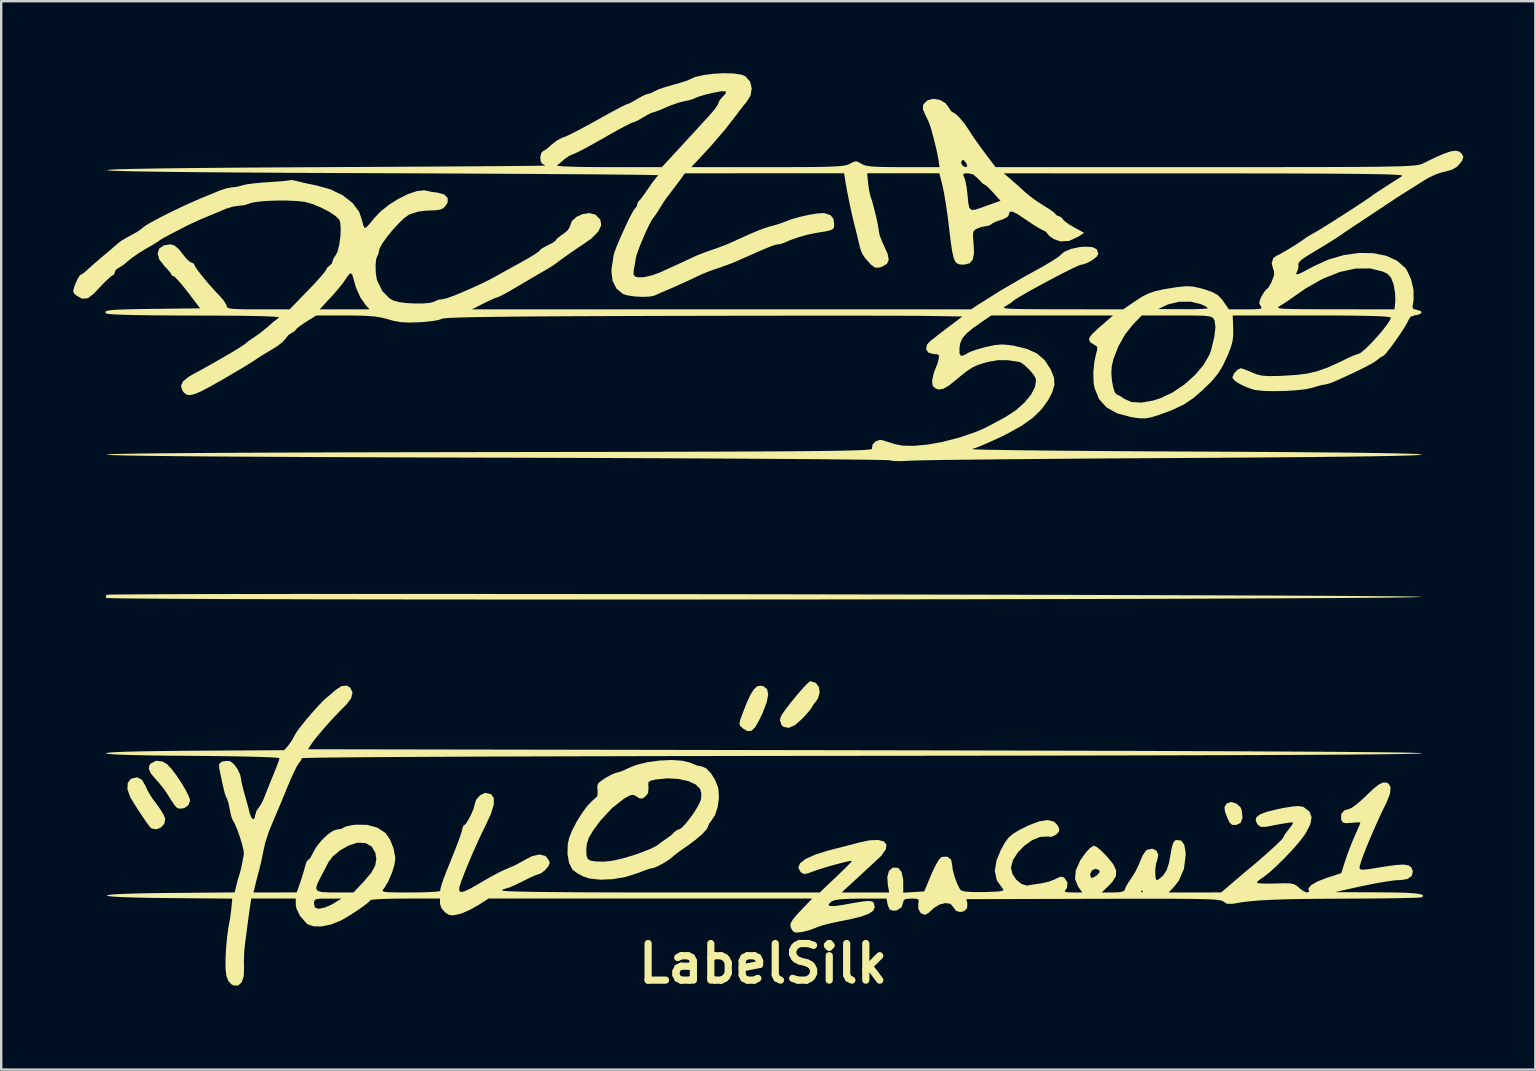
<source format=kicad_pcb>
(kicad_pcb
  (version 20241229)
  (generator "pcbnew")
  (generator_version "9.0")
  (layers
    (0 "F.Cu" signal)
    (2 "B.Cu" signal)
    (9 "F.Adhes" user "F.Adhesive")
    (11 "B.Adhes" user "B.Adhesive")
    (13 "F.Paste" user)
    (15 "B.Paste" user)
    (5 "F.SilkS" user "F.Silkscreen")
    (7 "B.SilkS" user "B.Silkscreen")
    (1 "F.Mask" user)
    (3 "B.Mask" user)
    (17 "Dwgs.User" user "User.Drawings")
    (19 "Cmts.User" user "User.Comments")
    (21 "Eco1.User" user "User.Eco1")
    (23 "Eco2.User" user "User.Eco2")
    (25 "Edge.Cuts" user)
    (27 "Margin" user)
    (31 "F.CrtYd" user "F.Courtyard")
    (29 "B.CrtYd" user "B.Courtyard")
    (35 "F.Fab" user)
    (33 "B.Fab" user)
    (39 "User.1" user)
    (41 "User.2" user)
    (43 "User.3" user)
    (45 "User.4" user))
  (footprint "LabelSilk"
    (layer "F.Cu")
    (at 28.748 37.104)
    (property "Reference" "LabelSilk" (at 0 0 0) (layer "F.SilkS") (effects (font (size 1.524 1.524) (thickness 0.3))))
    (attr board_only exclude_from_pos_files exclude_from_bom)
    (fp_poly (pts (xy 19.719 -6.671) (xy 19.886 -6.525) (xy 19.944 -6.404) (xy 19.981 -6.076) (xy 19.902 -5.864) (xy 19.71 -5.773) (xy 19.548 -5.781) (xy 19.438 -5.878) (xy 19.35 -6.059) (xy 19.248 -6.339) (xy 19.23 -6.518) (xy 19.296 -6.643) (xy 19.336 -6.68) (xy 19.514 -6.732)) (stroke (width 0) (type solid)) (fill yes) (layer "F.SilkS"))
    (fp_poly (pts (xy 0.024 -11.552) (xy 0.171 -11.431) (xy 0.214 -11.213) (xy 0.152 -10.889) (xy -0.016 -10.449) (xy -0.152 -10.16) (xy -0.327 -9.853) (xy -0.485 -9.699) (xy -0.65 -9.686) (xy -0.84 -9.799) (xy -0.951 -9.9) (xy -0.987 -9.999) (xy -0.953 -10.154) (xy -0.889 -10.331) (xy -0.692 -10.839) (xy -0.526 -11.201) (xy -0.38 -11.434) (xy -0.24 -11.555) (xy -0.093 -11.582)) (stroke (width 0) (type solid)) (fill yes) (layer "F.SilkS"))
    (fp_poly (pts (xy -25.032 -8.422) (xy -24.828 -8.302) (xy -24.663 -8.128) (xy -24.465 -7.868) (xy -24.26 -7.564) (xy -24.076 -7.259) (xy -23.94 -6.995) (xy -23.877 -6.815) (xy -23.876 -6.797) (xy -23.948 -6.602) (xy -24.12 -6.476) (xy -24.329 -6.455) (xy -24.434 -6.499) (xy -24.526 -6.604) (xy -24.663 -6.804) (xy -24.751 -6.949) (xy -24.947 -7.246) (xy -25.176 -7.536) (xy -25.259 -7.627) (xy -25.495 -7.899) (xy -25.597 -8.104) (xy -25.573 -8.266) (xy -25.517 -8.337) (xy -25.295 -8.452)) (stroke (width 0) (type solid)) (fill yes) (layer "F.SilkS"))
    (fp_poly (pts (xy 2.194 -11.7) (xy 2.327 -11.526) (xy 2.36 -11.289) (xy 2.281 -11.035) (xy 2.201 -10.922) (xy 2.081 -10.769) (xy 2.031 -10.676) (xy 1.976 -10.593) (xy 1.836 -10.425) (xy 1.652 -10.223) (xy 1.337 -9.943) (xy 1.071 -9.823) (xy 0.854 -9.865) (xy 0.765 -9.944) (xy 0.706 -10.132) (xy 0.725 -10.26) (xy 0.8 -10.397) (xy 0.953 -10.614) (xy 1.157 -10.878) (xy 1.385 -11.157) (xy 1.608 -11.417) (xy 1.801 -11.625) (xy 1.934 -11.749) (xy 1.973 -11.769)) (stroke (width 0) (type solid)) (fill yes) (layer "F.SilkS"))
    (fp_poly (pts (xy -25.882 -7.66) (xy -25.738 -7.407) (xy -25.737 -7.403) (xy -25.632 -7.179) (xy -25.457 -6.896) (xy -25.289 -6.666) (xy -25.104 -6.41) (xy -24.967 -6.181) (xy -24.913 -6.04) (xy -24.95 -5.83) (xy -25.089 -5.672) (xy -25.279 -5.595) (xy -25.469 -5.625) (xy -25.551 -5.694) (xy -25.681 -5.869) (xy -25.864 -6.136) (xy -26.063 -6.438) (xy -26.243 -6.722) (xy -26.369 -6.934) (xy -26.382 -6.96) (xy -26.488 -7.268) (xy -26.475 -7.525) (xy -26.345 -7.697) (xy -26.328 -7.706) (xy -26.084 -7.762)) (stroke (width 0) (type solid)) (fill yes) (layer "F.SilkS"))
    (fp_poly (pts (xy -14.105 -15.404) (xy -12.453 -15.403) (xy -10.748 -15.402) (xy -8.997 -15.401) (xy -7.208 -15.399) (xy -5.389 -15.397) (xy -3.547 -15.395) (xy -1.69 -15.393) (xy 0.173 -15.39) (xy 2.037 -15.387) (xy 3.892 -15.383) (xy 5.731 -15.38) (xy 7.546 -15.376) (xy 9.331 -15.372) (xy 11.076 -15.368) (xy 12.775 -15.364) (xy 14.419 -15.359) (xy 16.002 -15.354) (xy 17.514 -15.349) (xy 18.95 -15.344) (xy 20.3 -15.339) (xy 21.558 -15.334) (xy 22.715 -15.328) (xy 23.763 -15.323) (xy 24.697 -15.317) (xy 25.506 -15.311) (xy 26.184 -15.306) (xy 26.724 -15.3) (xy 27.117 -15.294) (xy 27.355 -15.288) (xy 27.432 -15.282) (xy 27.349 -15.274) (xy 27.104 -15.267) (xy 26.705 -15.259) (xy 26.159 -15.252) (xy 25.475 -15.245) (xy 24.661 -15.239) (xy 23.723 -15.232) (xy 22.669 -15.226) (xy 21.508 -15.22) (xy 20.246 -15.215) (xy 18.892 -15.209) (xy 17.453 -15.204) (xy 15.937 -15.2) (xy 14.352 -15.195) (xy 12.704 -15.191) (xy 11.003 -15.188) (xy 9.255 -15.184) (xy 7.469 -15.181) (xy 5.652 -15.179) (xy 3.811 -15.176) (xy 1.954 -15.174) (xy 0.09 -15.173) (xy -1.775 -15.172) (xy -3.632 -15.171) (xy -5.474 -15.17) (xy -7.293 -15.17) (xy -9.082 -15.17) (xy -10.833 -15.171) (xy -12.538 -15.172) (xy -14.19 -15.174) (xy -15.78 -15.175) (xy -17.301 -15.178) (xy -18.746 -15.18) (xy -20.107 -15.184) (xy -21.376 -15.187) (xy -22.545 -15.191) (xy -23.607 -15.196) (xy -24.553 -15.201) (xy -25.378 -15.206) (xy -26.071 -15.212) (xy -26.627 -15.218) (xy -27.037 -15.225) (xy -27.294 -15.232) (xy -27.39 -15.24) (xy -27.39 -15.24) (xy -27.376 -15.34) (xy -27.332 -15.368) (xy -27.233 -15.374) (xy -26.974 -15.379) (xy -26.561 -15.383) (xy -26.003 -15.387) (xy -25.306 -15.391) (xy -24.48 -15.394) (xy -23.531 -15.397) (xy -22.468 -15.399) (xy -21.297 -15.401) (xy -20.027 -15.402) (xy -18.665 -15.403) (xy -17.219 -15.404) (xy -15.696 -15.404)) (stroke (width 0) (type solid)) (fill yes) (layer "F.SilkS"))
    (fp_poly (pts (xy -3.374 -8.454) (xy -3.035 -8.373) (xy -2.976 -8.346) (xy -2.747 -8.253) (xy -2.552 -8.213) (xy -2.549 -8.213) (xy -2.371 -8.138) (xy -2.181 -7.944) (xy -2.008 -7.674) (xy -1.885 -7.371) (xy -1.859 -7.259) (xy -1.839 -6.902) (xy -1.891 -6.524) (xy -2.001 -6.189) (xy -2.138 -5.978) (xy -2.253 -5.824) (xy -2.286 -5.726) (xy -2.354 -5.591) (xy -2.542 -5.391) (xy -2.823 -5.15) (xy -3.174 -4.89) (xy -3.26 -4.831) (xy -3.501 -4.662) (xy -3.69 -4.519) (xy -3.768 -4.45) (xy -3.909 -4.334) (xy -4.128 -4.196) (xy -4.361 -4.07) (xy -4.548 -3.99) (xy -4.605 -3.979) (xy -4.734 -3.949) (xy -4.967 -3.87) (xy -5.245 -3.763) (xy -5.741 -3.607) (xy -6.272 -3.517) (xy -6.787 -3.496) (xy -7.238 -3.546) (xy -7.494 -3.629) (xy -7.732 -3.758) (xy -7.915 -3.891) (xy -7.949 -3.926) (xy -8.084 -4.195) (xy -8.15 -4.561) (xy -8.145 -4.728) (xy -7.366 -4.728) (xy -7.356 -4.499) (xy -7.305 -4.359) (xy -7.178 -4.285) (xy -6.942 -4.255) (xy -6.646 -4.247) (xy -6.302 -4.281) (xy -5.847 -4.381) (xy -5.396 -4.516) (xy -5.03 -4.646) (xy -4.711 -4.774) (xy -4.484 -4.881) (xy -4.407 -4.93) (xy -4.215 -5.078) (xy -4.006 -5.221) (xy -3.82 -5.358) (xy -3.701 -5.478) (xy -3.7 -5.48) (xy -3.565 -5.579) (xy -3.509 -5.588) (xy -3.394 -5.655) (xy -3.225 -5.831) (xy -3.032 -6.074) (xy -2.842 -6.347) (xy -2.686 -6.609) (xy -2.592 -6.82) (xy -2.583 -6.853) (xy -2.574 -7.094) (xy -2.622 -7.277) (xy -2.81 -7.465) (xy -3.126 -7.607) (xy -3.53 -7.695) (xy -3.987 -7.719) (xy -4.457 -7.673) (xy -4.463 -7.672) (xy -4.684 -7.622) (xy -4.778 -7.555) (xy -4.784 -7.434) (xy -4.772 -7.373) (xy -4.789 -7.114) (xy -4.867 -6.999) (xy -5.017 -6.879) (xy -5.151 -6.886) (xy -5.29 -6.974) (xy -5.405 -7.032) (xy -5.532 -7.016) (xy -5.725 -6.913) (xy -5.804 -6.864) (xy -6.289 -6.483) (xy -6.767 -5.969) (xy -7.08 -5.547) (xy -7.262 -5.239) (xy -7.348 -4.971) (xy -7.366 -4.728) (xy -8.145 -4.728) (xy -8.139 -4.961) (xy -8.085 -5.224) (xy -7.959 -5.545) (xy -7.768 -5.91) (xy -7.543 -6.27) (xy -7.313 -6.581) (xy -7.109 -6.793) (xy -7.064 -6.827) (xy -6.91 -6.972) (xy -6.889 -7.151) (xy -6.896 -7.188) (xy -6.909 -7.385) (xy -6.879 -7.497) (xy -6.751 -7.613) (xy -6.54 -7.753) (xy -6.311 -7.878) (xy -6.128 -7.952) (xy -6.085 -7.959) (xy -5.941 -7.997) (xy -5.722 -8.092) (xy -5.632 -8.138) (xy -5.263 -8.285) (xy -4.806 -8.394) (xy -4.306 -8.462) (xy -3.813 -8.483)) (stroke (width 0) (type solid)) (fill yes) (layer "F.SilkS"))
    (fp_poly (pts (xy -17.204 -11.498) (xy -17.107 -11.296) (xy -17.167 -11.051) (xy -17.38 -10.775) (xy -17.42 -10.736) (xy -17.679 -10.478) (xy -17.978 -10.16) (xy -18.281 -9.82) (xy -18.552 -9.502) (xy -18.754 -9.245) (xy -18.809 -9.166) (xy -18.963 -8.932) (xy 4.256 -8.89) (xy 6.948 -8.885) (xy 9.475 -8.879) (xy 11.838 -8.873) (xy 14.036 -8.867) (xy 16.069 -8.861) (xy 17.937 -8.854) (xy 19.639 -8.847) (xy 21.174 -8.839) (xy 22.544 -8.832) (xy 23.746 -8.824) (xy 24.781 -8.815) (xy 25.649 -8.807) (xy 26.349 -8.798) (xy 26.881 -8.789) (xy 27.244 -8.779) (xy 27.439 -8.77) (xy 27.474 -8.763) (xy 27.39 -8.753) (xy 27.136 -8.744) (xy 26.714 -8.735) (xy 26.123 -8.726) (xy 25.363 -8.718) (xy 24.436 -8.71) (xy 23.341 -8.703) (xy 22.079 -8.696) (xy 20.65 -8.69) (xy 19.053 -8.684) (xy 17.29 -8.679) (xy 15.361 -8.674) (xy 13.266 -8.67) (xy 11.005 -8.665) (xy 8.579 -8.662) (xy 5.987 -8.659) (xy 4.128 -8.657) (xy 1.791 -8.655) (xy -0.444 -8.652) (xy -2.575 -8.648) (xy -4.597 -8.645) (xy -6.506 -8.64) (xy -8.299 -8.636) (xy -9.971 -8.631) (xy -11.517 -8.626) (xy -12.935 -8.62) (xy -14.219 -8.614) (xy -15.367 -8.608) (xy -16.373 -8.601) (xy -17.234 -8.594) (xy -17.946 -8.587) (xy -18.504 -8.58) (xy -18.905 -8.572) (xy -19.145 -8.565) (xy -19.219 -8.557) (xy -19.273 -8.439) (xy -19.343 -8.355) (xy -19.423 -8.23) (xy -19.546 -7.984) (xy -19.696 -7.654) (xy -19.84 -7.312) (xy -20.007 -6.903) (xy -20.17 -6.511) (xy -20.307 -6.187) (xy -20.383 -6.011) (xy -20.601 -5.484) (xy -20.746 -5.032) (xy -20.829 -4.652) (xy -20.899 -4.308) (xy -20.984 -3.952) (xy -21.001 -3.89) (xy -21.082 -3.588) (xy -21.154 -3.301) (xy -21.169 -3.239) (xy -21.234 -2.963) (xy -20.332 -2.964) (xy -19.431 -2.966) (xy -19.369 -3.144) (xy -18.625 -3.144) (xy -18.574 -3.035) (xy -18.399 -2.982) (xy -18.083 -2.965) (xy -17.847 -2.963) (xy -17.067 -2.963) (xy -16.626 -3.43) (xy -16.33 -3.779) (xy -16.165 -4.076) (xy -16.116 -4.358) (xy -16.156 -4.614) (xy -16.306 -4.874) (xy -16.563 -5.021) (xy -16.896 -5.038) (xy -16.916 -5.035) (xy -17.263 -4.922) (xy -17.617 -4.723) (xy -17.918 -4.478) (xy -18.098 -4.246) (xy -18.235 -3.984) (xy -18.392 -3.685) (xy -18.431 -3.611) (xy -18.572 -3.329) (xy -18.625 -3.144) (xy -19.369 -3.144) (xy -19.277 -3.409) (xy -19.181 -3.706) (xy -19.103 -3.975) (xy -19.077 -4.085) (xy -19.02 -4.254) (xy -18.957 -4.318) (xy -18.878 -4.388) (xy -18.782 -4.56) (xy -18.768 -4.594) (xy -18.614 -4.865) (xy -18.394 -5.139) (xy -18.147 -5.375) (xy -17.912 -5.538) (xy -17.749 -5.588) (xy -17.571 -5.614) (xy -17.491 -5.661) (xy -17.388 -5.711) (xy -17.172 -5.76) (xy -16.999 -5.786) (xy -16.506 -5.783) (xy -16.069 -5.664) (xy -15.731 -5.44) (xy -15.729 -5.437) (xy -15.545 -5.171) (xy -15.402 -4.812) (xy -15.33 -4.439) (xy -15.326 -4.35) (xy -15.367 -4.089) (xy -15.474 -3.756) (xy -15.62 -3.423) (xy -15.775 -3.16) (xy -15.814 -3.111) (xy -15.855 -3.054) (xy -15.846 -3.014) (xy -15.764 -2.988) (xy -15.587 -2.972) (xy -15.292 -2.965) (xy -14.857 -2.963) (xy -14.703 -2.963) (xy -14.266 -2.967) (xy -13.895 -2.979) (xy -13.621 -2.996) (xy -13.473 -3.017) (xy -13.456 -3.027) (xy -13.437 -3.145) (xy -13.396 -3.296) (xy -13.323 -3.507) (xy -13.208 -3.807) (xy -13.04 -4.224) (xy -12.965 -4.411) (xy -12.805 -4.814) (xy -12.671 -5.169) (xy -12.577 -5.442) (xy -12.532 -5.601) (xy -12.531 -5.617) (xy -12.496 -5.738) (xy -12.461 -5.757) (xy -12.385 -5.827) (xy -12.276 -6.001) (xy -12.161 -6.224) (xy -12.067 -6.443) (xy -12.023 -6.602) (xy -12.023 -6.616) (xy -11.956 -6.828) (xy -11.794 -7.013) (xy -11.598 -7.109) (xy -11.563 -7.112) (xy -11.332 -7.059) (xy -11.219 -6.897) (xy -11.222 -6.623) (xy -11.342 -6.234) (xy -11.563 -5.757) (xy -11.733 -5.412) (xy -11.921 -5.003) (xy -12.115 -4.565) (xy -12.299 -4.132) (xy -12.459 -3.737) (xy -12.581 -3.415) (xy -12.651 -3.2) (xy -12.66 -3.154) (xy -12.657 -3.03) (xy -12.594 -2.979) (xy -12.453 -3.007) (xy -12.214 -3.118) (xy -11.86 -3.318) (xy -11.708 -3.409) (xy -11.352 -3.614) (xy -11.01 -3.796) (xy -10.732 -3.929) (xy -10.626 -3.972) (xy -10.319 -4.103) (xy -10.019 -4.268) (xy -9.989 -4.287) (xy -9.626 -4.478) (xy -9.315 -4.546) (xy -9.08 -4.487) (xy -9.031 -4.447) (xy -8.919 -4.288) (xy -8.89 -4.188) (xy -8.953 -4.044) (xy -9.099 -3.879) (xy -9.264 -3.754) (xy -9.354 -3.725) (xy -9.47 -3.688) (xy -9.69 -3.591) (xy -9.971 -3.452) (xy -10.015 -3.429) (xy -10.306 -3.286) (xy -10.548 -3.18) (xy -10.695 -3.133) (xy -10.706 -3.133) (xy -10.85 -3.081) (xy -10.88 -3.048) (xy -10.807 -3.03) (xy -10.565 -3.014) (xy -10.155 -3.001) (xy -9.577 -2.989) (xy -8.833 -2.98) (xy -7.921 -2.973) (xy -6.844 -2.967) (xy -5.601 -2.964) (xy -4.285 -2.963) (xy 2.363 -2.963) (xy 3.045 -3.611) (xy 3.316 -3.872) (xy 3.532 -4.087) (xy 3.669 -4.231) (xy 3.705 -4.28) (xy 3.614 -4.274) (xy 3.402 -4.228) (xy 3.112 -4.154) (xy 2.785 -4.064) (xy 2.463 -3.967) (xy 2.188 -3.877) (xy 2.096 -3.843) (xy 1.851 -3.756) (xy 1.708 -3.735) (xy 1.61 -3.777) (xy 1.558 -3.824) (xy 1.468 -4.001) (xy 1.543 -4.181) (xy 1.778 -4.361) (xy 2.17 -4.538) (xy 2.713 -4.71) (xy 2.963 -4.775) (xy 3.344 -4.87) (xy 3.744 -4.975) (xy 3.979 -5.039) (xy 4.442 -5.137) (xy 4.798 -5.151) (xy 5.036 -5.087) (xy 5.145 -4.953) (xy 5.116 -4.757) (xy 4.937 -4.507) (xy 4.848 -4.417) (xy 4.635 -4.219) (xy 4.347 -3.951) (xy 4.032 -3.66) (xy 3.896 -3.535) (xy 3.274 -2.963) (xy 5.257 -2.963) (xy 5.202 -3.259) (xy 5.178 -3.61) (xy 5.248 -3.866) (xy 5.405 -4) (xy 5.419 -4.004) (xy 5.628 -3.99) (xy 5.769 -3.826) (xy 5.837 -3.521) (xy 5.842 -3.376) (xy 5.842 -2.954) (xy 6.279 -2.98) (xy 6.716 -3.006) (xy 7.005 -3.701) (xy 7.168 -4.055) (xy 7.315 -4.31) (xy 7.43 -4.437) (xy 7.445 -4.443) (xy 7.682 -4.455) (xy 7.834 -4.333) (xy 7.874 -4.155) (xy 7.905 -3.909) (xy 7.984 -3.612) (xy 8.09 -3.325) (xy 8.2 -3.111) (xy 8.252 -3.05) (xy 8.397 -3.006) (xy 8.689 -2.982) (xy 9.105 -2.979) (xy 9.235 -2.981) (xy 9.624 -2.995) (xy 9.867 -3.012) (xy 9.991 -3.037) (xy 10.019 -3.077) (xy 9.977 -3.134) (xy 9.741 -3.47) (xy 9.658 -3.856) (xy 9.729 -4.301) (xy 9.902 -4.718) (xy 10.062 -5.013) (xy 10.212 -5.226) (xy 10.395 -5.393) (xy 10.65 -5.551) (xy 11.018 -5.736) (xy 11.038 -5.746) (xy 11.499 -5.926) (xy 11.867 -5.981) (xy 12.136 -5.91) (xy 12.276 -5.759) (xy 12.349 -5.597) (xy 12.326 -5.491) (xy 12.224 -5.378) (xy 12.019 -5.28) (xy 11.849 -5.293) (xy 11.55 -5.28) (xy 11.219 -5.144) (xy 10.895 -4.917) (xy 10.615 -4.63) (xy 10.415 -4.315) (xy 10.332 -4.004) (xy 10.332 -3.987) (xy 10.393 -3.734) (xy 10.551 -3.496) (xy 10.764 -3.321) (xy 10.986 -3.251) (xy 11.041 -3.256) (xy 11.236 -3.29) (xy 11.505 -3.33) (xy 11.592 -3.342) (xy 11.885 -3.407) (xy 12.149 -3.505) (xy 12.2 -3.532) (xy 12.384 -3.618) (xy 12.509 -3.602) (xy 12.567 -3.561) (xy 12.687 -3.37) (xy 12.664 -3.157) (xy 12.598 -3.065) (xy 12.572 -3.003) (xy 12.669 -2.972) (xy 12.9 -2.963) (xy 13.304 -2.963) (xy 13.129 -3.209) (xy 13.001 -3.524) (xy 13.018 -3.716) (xy 13.631 -3.716) (xy 13.66 -3.583) (xy 13.761 -3.582) (xy 13.923 -3.686) (xy 14.03 -3.814) (xy 14.001 -3.898) (xy 13.855 -3.949) (xy 13.708 -3.883) (xy 13.632 -3.735) (xy 13.631 -3.716) (xy 13.018 -3.716) (xy 13.032 -3.889) (xy 13.222 -4.306) (xy 13.455 -4.635) (xy 13.62 -4.809) (xy 13.766 -4.904) (xy 13.798 -4.911) (xy 13.913 -4.852) (xy 14.099 -4.697) (xy 14.316 -4.479) (xy 14.327 -4.468) (xy 14.591 -4.144) (xy 14.716 -3.881) (xy 14.705 -3.647) (xy 14.56 -3.409) (xy 14.423 -3.264) (xy 14.113 -2.963) (xy 14.592 -2.963) (xy 14.891 -2.977) (xy 14.985 -3.006) (xy 15.748 -3.006) (xy 15.79 -2.963) (xy 15.833 -3.006) (xy 15.79 -3.048) (xy 15.748 -3.006) (xy 14.985 -3.006) (xy 15.042 -3.023) (xy 15.071 -3.075) (xy 15.119 -3.204) (xy 15.241 -3.406) (xy 15.322 -3.52) (xy 15.51 -3.818) (xy 15.674 -4.157) (xy 15.71 -4.255) (xy 15.82 -4.507) (xy 15.945 -4.693) (xy 16.003 -4.742) (xy 16.223 -4.788) (xy 16.392 -4.705) (xy 16.472 -4.533) (xy 16.425 -4.317) (xy 16.374 -4.15) (xy 16.347 -3.924) (xy 16.345 -3.696) (xy 16.369 -3.526) (xy 16.411 -3.471) (xy 16.51 -3.527) (xy 16.662 -3.665) (xy 16.681 -3.685) (xy 16.817 -3.891) (xy 16.916 -4.197) (xy 16.974 -4.51) (xy 17.034 -4.846) (xy 17.098 -5.045) (xy 17.176 -5.136) (xy 17.215 -5.15) (xy 17.42 -5.128) (xy 17.55 -4.963) (xy 17.607 -4.651) (xy 17.611 -4.517) (xy 17.539 -3.947) (xy 17.328 -3.457) (xy 17.125 -3.196) (xy 16.902 -2.963) (xy 17.997 -2.964) (xy 19.092 -2.965) (xy 19.561 -3.366) (xy 19.81 -3.579) (xy 20.021 -3.759) (xy 20.15 -3.867) (xy 20.153 -3.869) (xy 20.485 -4.146) (xy 20.819 -4.434) (xy 21.129 -4.709) (xy 21.391 -4.95) (xy 21.58 -5.133) (xy 21.67 -5.237) (xy 21.675 -5.248) (xy 21.725 -5.354) (xy 21.85 -5.528) (xy 21.897 -5.585) (xy 22.028 -5.756) (xy 22.089 -5.864) (xy 22.087 -5.879) (xy 21.983 -5.881) (xy 21.72 -5.843) (xy 21.306 -5.768) (xy 20.962 -5.7) (xy 20.739 -5.697) (xy 20.608 -5.796) (xy 20.528 -5.961) (xy 20.559 -6.1) (xy 20.716 -6.22) (xy 21.01 -6.33) (xy 21.456 -6.438) (xy 21.695 -6.486) (xy 22.062 -6.547) (xy 22.308 -6.564) (xy 22.475 -6.539) (xy 22.542 -6.51) (xy 22.772 -6.329) (xy 22.859 -6.096) (xy 22.803 -5.798) (xy 22.606 -5.422) (xy 22.558 -5.349) (xy 22.348 -5.073) (xy 22.061 -4.743) (xy 21.731 -4.394) (xy 21.394 -4.063) (xy 21.086 -3.785) (xy 20.843 -3.597) (xy 20.807 -3.574) (xy 20.646 -3.46) (xy 20.574 -3.375) (xy 20.574 -3.372) (xy 20.652 -3.348) (xy 20.862 -3.334) (xy 21.167 -3.333) (xy 21.351 -3.337) (xy 21.723 -3.347) (xy 21.967 -3.34) (xy 22.126 -3.308) (xy 22.239 -3.245) (xy 22.328 -3.164) (xy 22.506 -3.025) (xy 22.661 -2.963) (xy 22.666 -2.963) (xy 22.757 -2.989) (xy 22.75 -3.017) (xy 22.726 -3.136) (xy 22.851 -3.276) (xy 23.108 -3.425) (xy 23.475 -3.566) (xy 24.096 -3.768) (xy 24.256 -4.276) (xy 24.383 -4.643) (xy 24.543 -5.053) (xy 24.654 -5.311) (xy 24.773 -5.58) (xy 24.859 -5.781) (xy 24.892 -5.872) (xy 24.892 -5.872) (xy 24.817 -5.884) (xy 24.627 -5.875) (xy 24.52 -5.864) (xy 24.283 -5.848) (xy 24.159 -5.883) (xy 24.096 -5.984) (xy 24.09 -6.005) (xy 24.092 -6.228) (xy 24.225 -6.387) (xy 24.402 -6.435) (xy 24.534 -6.492) (xy 24.746 -6.646) (xy 25 -6.869) (xy 25.115 -6.98) (xy 25.433 -7.284) (xy 25.671 -7.469) (xy 25.851 -7.549) (xy 25.997 -7.537) (xy 26.056 -7.507) (xy 26.151 -7.352) (xy 26.128 -7.088) (xy 25.989 -6.725) (xy 25.946 -6.64) (xy 25.785 -6.311) (xy 25.598 -5.905) (xy 25.402 -5.462) (xy 25.217 -5.024) (xy 25.058 -4.631) (xy 24.945 -4.327) (xy 24.907 -4.207) (xy 24.867 -4.065) (xy 24.855 -3.972) (xy 24.897 -3.922) (xy 25.016 -3.911) (xy 25.237 -3.935) (xy 25.586 -3.99) (xy 25.882 -4.038) (xy 26.347 -4.105) (xy 26.673 -4.126) (xy 26.886 -4.097) (xy 27.009 -4.014) (xy 27.069 -3.873) (xy 27.077 -3.828) (xy 27.03 -3.65) (xy 26.855 -3.525) (xy 26.593 -3.481) (xy 26.571 -3.481) (xy 26.333 -3.469) (xy 25.962 -3.418) (xy 25.486 -3.335) (xy 24.935 -3.224) (xy 24.553 -3.14) (xy 23.834 -2.976) (xy 25.628 -2.97) (xy 26.3 -2.963) (xy 26.814 -2.949) (xy 27.179 -2.925) (xy 27.404 -2.89) (xy 27.502 -2.844) (xy 27.481 -2.785) (xy 27.447 -2.761) (xy 27.348 -2.75) (xy 27.1 -2.74) (xy 26.72 -2.731) (xy 26.228 -2.722) (xy 25.644 -2.715) (xy 24.985 -2.709) (xy 24.272 -2.706) (xy 24.207 -2.705) (xy 23.239 -2.7) (xy 22.421 -2.691) (xy 21.736 -2.677) (xy 21.165 -2.657) (xy 20.69 -2.631) (xy 20.292 -2.598) (xy 19.952 -2.556) (xy 19.652 -2.505) (xy 19.593 -2.493) (xy 19.339 -2.49) (xy 19.195 -2.577) (xy 19.154 -2.605) (xy 19.085 -2.629) (xy 18.975 -2.649) (xy 18.811 -2.665) (xy 18.581 -2.678) (xy 18.272 -2.688) (xy 17.872 -2.695) (xy 17.369 -2.7) (xy 16.75 -2.703) (xy 16.002 -2.703) (xy 15.113 -2.702) (xy 14.07 -2.7) (xy 13.764 -2.699) (xy 8.47 -2.684) (xy 8.516 -2.5) (xy 8.502 -2.307) (xy 8.383 -2.185) (xy 8.211 -2.145) (xy 8.039 -2.2) (xy 7.92 -2.361) (xy 7.917 -2.37) (xy 7.802 -2.492) (xy 7.6 -2.521) (xy 7.359 -2.463) (xy 7.129 -2.323) (xy 7.065 -2.262) (xy 6.895 -2.11) (xy 6.755 -2.034) (xy 6.738 -2.032) (xy 6.568 -2.105) (xy 6.469 -2.285) (xy 6.469 -2.497) (xy 6.49 -2.632) (xy 6.434 -2.693) (xy 6.26 -2.709) (xy 6.182 -2.709) (xy 5.957 -2.693) (xy 5.858 -2.634) (xy 5.842 -2.557) (xy 5.769 -2.341) (xy 5.574 -2.218) (xy 5.442 -2.201) (xy 5.287 -2.245) (xy 5.206 -2.405) (xy 5.194 -2.455) (xy 5.144 -2.709) (xy 4.075 -2.707) (xy 3.581 -2.7) (xy 3.23 -2.68) (xy 2.999 -2.645) (xy 2.86 -2.593) (xy 2.843 -2.581) (xy 2.727 -2.461) (xy 2.771 -2.4) (xy 2.975 -2.395) (xy 3.337 -2.447) (xy 3.364 -2.452) (xy 3.836 -2.538) (xy 4.169 -2.59) (xy 4.388 -2.609) (xy 4.521 -2.597) (xy 4.593 -2.555) (xy 4.627 -2.495) (xy 4.652 -2.333) (xy 4.582 -2.195) (xy 4.401 -2.074) (xy 4.095 -1.961) (xy 3.648 -1.85) (xy 3.156 -1.752) (xy 2.796 -1.676) (xy 2.47 -1.59) (xy 2.238 -1.511) (xy 2.207 -1.497) (xy 1.946 -1.396) (xy 1.648 -1.319) (xy 1.618 -1.314) (xy 1.39 -1.29) (xy 1.263 -1.332) (xy 1.188 -1.434) (xy 1.14 -1.558) (xy 1.15 -1.68) (xy 1.237 -1.832) (xy 1.415 -2.044) (xy 1.64 -2.283) (xy 2.048 -2.709) (xy -11.438 -2.709) (xy -11.879 -2.428) (xy -12.186 -2.256) (xy -12.505 -2.113) (xy -12.679 -2.056) (xy -12.925 -2.008) (xy -13.089 -2.03) (xy -13.248 -2.13) (xy -13.25 -2.132) (xy -13.41 -2.324) (xy -13.462 -2.504) (xy -13.462 -2.709) (xy -14.894 -2.709) (xy -15.368 -2.706) (xy -15.779 -2.696) (xy -16.099 -2.68) (xy -16.299 -2.661) (xy -16.355 -2.645) (xy -16.445 -2.552) (xy -16.642 -2.4) (xy -16.905 -2.216) (xy -17.196 -2.026) (xy -17.476 -1.859) (xy -17.607 -1.788) (xy -17.998 -1.63) (xy -18.386 -1.55) (xy -18.727 -1.551) (xy -18.978 -1.636) (xy -19.012 -1.663) (xy -19.298 -1.987) (xy -19.452 -2.314) (xy -19.473 -2.474) (xy -19.473 -2.498) (xy -18.711 -2.498) (xy -18.681 -2.342) (xy -18.556 -2.291) (xy -18.479 -2.289) (xy -18.263 -2.335) (xy -18 -2.447) (xy -17.907 -2.5) (xy -17.568 -2.708) (xy -18.14 -2.709) (xy -18.443 -2.706) (xy -18.614 -2.686) (xy -18.69 -2.637) (xy -18.711 -2.544) (xy -18.711 -2.498) (xy -19.473 -2.498) (xy -19.473 -2.709) (xy -21.328 -2.709) (xy -21.37 -2.434) (xy -21.408 -2.17) (xy -21.451 -1.855) (xy -21.461 -1.778) (xy -21.501 -1.48) (xy -21.55 -1.11) (xy -21.586 -0.847) (xy -21.622 -0.465) (xy -21.635 -0.066) (xy -21.628 0.164) (xy -21.64 0.522) (xy -21.726 0.779) (xy -21.871 0.916) (xy -22.062 0.912) (xy -22.149 0.867) (xy -22.283 0.728) (xy -22.365 0.51) (xy -22.401 0.185) (xy -22.398 -0.276) (xy -22.394 -0.35) (xy -22.368 -0.753) (xy -22.331 -1.14) (xy -22.289 -1.446) (xy -22.275 -1.524) (xy -22.213 -1.864) (xy -22.164 -2.229) (xy -22.156 -2.306) (xy -22.119 -2.707) (xy -24.733 -2.729) (xy -25.534 -2.739) (xy -26.198 -2.753) (xy -26.717 -2.77) (xy -27.085 -2.791) (xy -27.296 -2.815) (xy -27.347 -2.836) (xy -27.264 -2.863) (xy -27.017 -2.886) (xy -26.615 -2.906) (xy -26.062 -2.923) (xy -25.366 -2.936) (xy -24.682 -2.943) (xy -22.016 -2.966) (xy -21.965 -3.197) (xy -21.898 -3.461) (xy -21.842 -3.641) (xy -21.799 -3.779) (xy -21.758 -3.941) (xy -21.709 -4.173) (xy -21.641 -4.522) (xy -21.635 -4.553) (xy -21.649 -4.714) (xy -21.711 -4.978) (xy -21.806 -5.29) (xy -21.916 -5.598) (xy -22.024 -5.848) (xy -22.096 -5.969) (xy -22.15 -6.099) (xy -22.206 -6.328) (xy -22.225 -6.435) (xy -22.276 -6.684) (xy -22.333 -6.863) (xy -22.354 -6.9) (xy -22.392 -6.974) (xy -22.438 -7.118) (xy -22.497 -7.359) (xy -22.575 -7.72) (xy -22.662 -8.141) (xy -22.666 -8.321) (xy -22.56 -8.411) (xy -22.53 -8.422) (xy -22.316 -8.447) (xy -22.204 -8.43) (xy -22.057 -8.319) (xy -21.906 -8.114) (xy -21.793 -7.883) (xy -21.759 -7.728) (xy -21.737 -7.583) (xy -21.678 -7.331) (xy -21.599 -7.036) (xy -21.508 -6.713) (xy -21.43 -6.422) (xy -21.385 -6.244) (xy -21.315 -6.07) (xy -21.232 -6.015) (xy -21.174 -6.093) (xy -21.167 -6.175) (xy -21.109 -6.368) (xy -21.037 -6.467) (xy -20.923 -6.63) (xy -20.808 -6.867) (xy -20.789 -6.918) (xy -20.696 -7.156) (xy -20.565 -7.483) (xy -20.422 -7.832) (xy -20.41 -7.862) (xy -20.288 -8.163) (xy -20.197 -8.405) (xy -20.153 -8.546) (xy -20.151 -8.559) (xy -20.233 -8.576) (xy -20.468 -8.592) (xy -20.839 -8.608) (xy -21.331 -8.622) (xy -21.927 -8.635) (xy -22.61 -8.645) (xy -23.364 -8.653) (xy -23.77 -8.656) (xy -24.743 -8.664) (xy -25.571 -8.675) (xy -26.249 -8.689) (xy -26.774 -8.705) (xy -27.14 -8.724) (xy -27.345 -8.746) (xy -27.39 -8.763) (xy -27.306 -8.786) (xy -27.056 -8.807) (xy -26.646 -8.825) (xy -26.078 -8.841) (xy -25.358 -8.853) (xy -24.488 -8.864) (xy -23.673 -8.87) (xy -19.957 -8.892) (xy -19.789 -9.081) (xy -19.631 -9.303) (xy -19.511 -9.53) (xy -19.415 -9.684) (xy -19.233 -9.924) (xy -18.998 -10.212) (xy -18.741 -10.512) (xy -18.492 -10.786) (xy -18.285 -10.998) (xy -18.16 -11.106) (xy -18.044 -11.198) (xy -17.871 -11.351) (xy -17.838 -11.381) (xy -17.572 -11.562) (xy -17.343 -11.583)) (stroke (width 0) (type solid)) (fill yes) (layer "F.SilkS"))
    (fp_poly (pts (xy -1.227 -37.092) (xy -0.903 -37.042) (xy -0.736 -36.976) (xy -0.543 -36.758) (xy -0.471 -36.471) (xy -0.523 -36.165) (xy -0.699 -35.889) (xy -0.704 -35.884) (xy -0.816 -35.753) (xy -0.98 -35.541) (xy -1.082 -35.403) (xy -1.572 -34.769) (xy -2.164 -34.081) (xy -2.49 -33.726) (xy -2.99 -33.189) (xy 0.191 -33.189) (xy 1.02 -33.19) (xy 1.697 -33.192) (xy 2.238 -33.197) (xy 2.661 -33.205) (xy 2.982 -33.218) (xy 3.22 -33.234) (xy 3.39 -33.256) (xy 3.511 -33.284) (xy 3.598 -33.319) (xy 3.623 -33.333) (xy 3.806 -33.424) (xy 3.935 -33.422) (xy 4.093 -33.333) (xy 4.196 -33.28) (xy 4.339 -33.242) (xy 4.548 -33.216) (xy 4.847 -33.2) (xy 5.263 -33.192) (xy 5.823 -33.189) (xy 5.834 -33.189) (xy 7.355 -33.189) (xy 7.326 -33.382) (xy 8.252 -33.382) (xy 8.306 -33.258) (xy 8.424 -33.19) (xy 8.436 -33.189) (xy 8.513 -33.22) (xy 8.476 -33.34) (xy 8.465 -33.361) (xy 8.366 -33.476) (xy 8.297 -33.485) (xy 8.252 -33.382) (xy 7.326 -33.382) (xy 7.308 -33.507) (xy 7.235 -33.883) (xy 7.111 -34.388) (xy 6.974 -34.883) (xy 6.89 -35.104) (xy 6.768 -35.355) (xy 6.758 -35.374) (xy 6.66 -35.603) (xy 6.67 -35.773) (xy 6.69 -35.817) (xy 6.861 -35.98) (xy 7.105 -36.035) (xy 7.37 -35.991) (xy 7.605 -35.855) (xy 7.746 -35.665) (xy 7.837 -35.52) (xy 7.906 -35.475) (xy 8.023 -35.41) (xy 8.195 -35.242) (xy 8.388 -35.01) (xy 8.564 -34.754) (xy 8.589 -34.713) (xy 8.721 -34.507) (xy 8.921 -34.22) (xy 9.151 -33.903) (xy 9.226 -33.803) (xy 9.69 -33.189) (xy 18.444 -33.189) (xy 19.855 -33.189) (xy 21.108 -33.19) (xy 22.21 -33.191) (xy 23.174 -33.192) (xy 24.008 -33.195) (xy 24.722 -33.198) (xy 25.326 -33.203) (xy 25.831 -33.209) (xy 26.245 -33.217) (xy 26.58 -33.226) (xy 26.845 -33.237) (xy 27.05 -33.25) (xy 27.205 -33.266) (xy 27.319 -33.284) (xy 27.404 -33.304) (xy 27.468 -33.327) (xy 27.505 -33.344) (xy 28.01 -33.591) (xy 28.392 -33.758) (xy 28.672 -33.85) (xy 28.874 -33.873) (xy 29.019 -33.832) (xy 29.125 -33.74) (xy 29.183 -33.615) (xy 29.129 -33.462) (xy 29.093 -33.404) (xy 28.925 -33.206) (xy 28.705 -33.079) (xy 28.377 -32.991) (xy 28.325 -32.982) (xy 28.062 -32.9) (xy 27.75 -32.755) (xy 27.563 -32.645) (xy 27.276 -32.462) (xy 27.002 -32.29) (xy 26.868 -32.208) (xy 26.657 -32.075) (xy 26.371 -31.891) (xy 26.106 -31.716) (xy 25.807 -31.516) (xy 25.43 -31.266) (xy 25.041 -31.009) (xy 24.893 -30.911) (xy 24.581 -30.705) (xy 24.319 -30.529) (xy 24.142 -30.408) (xy 24.088 -30.369) (xy 23.963 -30.283) (xy 23.728 -30.133) (xy 23.418 -29.94) (xy 23.067 -29.727) (xy 22.712 -29.515) (xy 22.669 -29.489) (xy 22.431 -29.326) (xy 22.314 -29.192) (xy 22.309 -29.14) (xy 22.307 -28.98) (xy 22.264 -28.865) (xy 22.218 -28.761) (xy 22.235 -28.718) (xy 22.336 -28.743) (xy 22.541 -28.841) (xy 22.871 -29.018) (xy 22.923 -29.047) (xy 23.556 -29.336) (xy 24.202 -29.524) (xy 24.835 -29.613) (xy 25.432 -29.603) (xy 25.968 -29.495) (xy 26.419 -29.29) (xy 26.76 -28.99) (xy 26.825 -28.9) (xy 27.005 -28.517) (xy 27.106 -28.075) (xy 27.11 -27.656) (xy 27.093 -27.559) (xy 27.062 -27.364) (xy 27.105 -27.277) (xy 27.233 -27.246) (xy 27.415 -27.19) (xy 27.441 -27.111) (xy 27.316 -27.043) (xy 27.207 -27.025) (xy 26.99 -26.962) (xy 26.893 -26.813) (xy 26.827 -26.673) (xy 26.692 -26.449) (xy 26.512 -26.177) (xy 26.313 -25.892) (xy 26.12 -25.631) (xy 25.958 -25.43) (xy 25.852 -25.323) (xy 25.834 -25.315) (xy 25.731 -25.263) (xy 25.606 -25.162) (xy 25.436 -25.043) (xy 25.127 -24.873) (xy 24.671 -24.649) (xy 24.065 -24.369) (xy 23.852 -24.273) (xy 23.62 -24.182) (xy 23.441 -24.133) (xy 23.41 -24.13) (xy 23.262 -24.104) (xy 23.025 -24.038) (xy 22.898 -23.997) (xy 22.623 -23.937) (xy 22.231 -23.891) (xy 21.776 -23.863) (xy 21.308 -23.853) (xy 20.881 -23.864) (xy 20.547 -23.896) (xy 20.447 -23.917) (xy 20.142 -24.02) (xy 19.864 -24.153) (xy 19.656 -24.29) (xy 19.56 -24.407) (xy 19.558 -24.422) (xy 19.618 -24.578) (xy 19.753 -24.731) (xy 19.897 -24.807) (xy 19.907 -24.807) (xy 20.028 -24.775) (xy 20.241 -24.691) (xy 20.374 -24.633) (xy 20.58 -24.551) (xy 20.79 -24.502) (xy 21.05 -24.482) (xy 21.409 -24.485) (xy 21.618 -24.493) (xy 22.195 -24.527) (xy 22.669 -24.585) (xy 23.092 -24.683) (xy 23.521 -24.835) (xy 24.009 -25.054) (xy 24.311 -25.203) (xy 24.553 -25.316) (xy 24.74 -25.387) (xy 24.8 -25.4) (xy 24.921 -25.462) (xy 25.114 -25.627) (xy 25.351 -25.861) (xy 25.601 -26.133) (xy 25.836 -26.41) (xy 26.025 -26.658) (xy 26.141 -26.845) (xy 26.162 -26.915) (xy 26.104 -26.941) (xy 25.924 -26.962) (xy 25.615 -26.98) (xy 25.169 -26.992) (xy 24.578 -27.001) (xy 23.833 -27.007) (xy 22.928 -27.009) (xy 22.866 -27.009) (xy 19.57 -27.009) (xy 19.592 -26.48) (xy 19.594 -26.193) (xy 19.565 -25.941) (xy 19.494 -25.679) (xy 19.368 -25.361) (xy 19.173 -24.943) (xy 19.161 -24.917) (xy 18.969 -24.596) (xy 18.685 -24.256) (xy 18.289 -23.873) (xy 17.927 -23.562) (xy 17.544 -23.303) (xy 17.031 -23.059) (xy 16.496 -22.862) (xy 16.178 -22.763) (xy 15.934 -22.719) (xy 15.687 -22.723) (xy 15.358 -22.77) (xy 15.334 -22.774) (xy 14.751 -22.93) (xy 14.307 -23.18) (xy 13.997 -23.529) (xy 13.815 -23.982) (xy 13.774 -24.214) (xy 13.763 -24.607) (xy 14.514 -24.607) (xy 14.537 -24.307) (xy 14.587 -24.026) (xy 14.656 -23.811) (xy 14.736 -23.709) (xy 14.75 -23.707) (xy 14.869 -23.659) (xy 15.041 -23.542) (xy 15.048 -23.537) (xy 15.352 -23.401) (xy 15.762 -23.376) (xy 16.257 -23.463) (xy 16.544 -23.553) (xy 17.057 -23.793) (xy 17.554 -24.128) (xy 18.001 -24.527) (xy 18.364 -24.957) (xy 18.61 -25.388) (xy 18.665 -25.544) (xy 18.802 -26.102) (xy 18.852 -26.522) (xy 18.815 -26.799) (xy 18.799 -26.833) (xy 18.757 -26.897) (xy 18.691 -26.943) (xy 18.578 -26.974) (xy 18.391 -26.994) (xy 18.106 -27.004) (xy 17.698 -27.008) (xy 17.244 -27.009) (xy 15.783 -27.009) (xy 15.424 -26.642) (xy 15.094 -26.228) (xy 14.809 -25.725) (xy 14.604 -25.202) (xy 14.529 -24.878) (xy 14.514 -24.607) (xy 13.763 -24.607) (xy 13.762 -24.636) (xy 13.807 -25.095) (xy 13.9 -25.502) (xy 13.928 -25.583) (xy 13.916 -25.718) (xy 13.815 -25.777) (xy 13.654 -25.877) (xy 13.599 -25.955) (xy 13.587 -26.035) (xy 13.626 -26.128) (xy 13.738 -26.257) (xy 13.942 -26.449) (xy 14.218 -26.691) (xy 14.585 -27.009) (xy 9.512 -27.009) (xy 9.137 -26.755) (xy 8.746 -26.479) (xy 8.478 -26.257) (xy 8.312 -26.062) (xy 8.222 -25.869) (xy 8.187 -25.675) (xy 8.185 -25.424) (xy 8.251 -25.322) (xy 8.399 -25.361) (xy 8.511 -25.432) (xy 8.675 -25.509) (xy 8.947 -25.603) (xy 9.27 -25.692) (xy 9.286 -25.696) (xy 9.653 -25.774) (xy 9.944 -25.8) (xy 10.245 -25.778) (xy 10.457 -25.745) (xy 11.002 -25.614) (xy 11.416 -25.423) (xy 11.73 -25.152) (xy 11.978 -24.778) (xy 11.994 -24.746) (xy 12.123 -24.42) (xy 12.144 -24.124) (xy 12.051 -23.806) (xy 11.89 -23.495) (xy 11.608 -23.098) (xy 11.238 -22.739) (xy 10.754 -22.398) (xy 10.134 -22.056) (xy 9.968 -21.975) (xy 9.569 -21.789) (xy 9.2 -21.627) (xy 8.901 -21.506) (xy 8.711 -21.442) (xy 8.706 -21.441) (xy 8.751 -21.432) (xy 8.956 -21.423) (xy 9.309 -21.414) (xy 9.801 -21.405) (xy 10.421 -21.395) (xy 11.159 -21.386) (xy 12.004 -21.377) (xy 12.948 -21.368) (xy 13.978 -21.36) (xy 15.085 -21.352) (xy 16.259 -21.345) (xy 17.489 -21.338) (xy 17.949 -21.336) (xy 19.628 -21.328) (xy 21.147 -21.319) (xy 22.504 -21.309) (xy 23.699 -21.299) (xy 24.731 -21.287) (xy 25.599 -21.275) (xy 26.302 -21.263) (xy 26.839 -21.249) (xy 27.209 -21.235) (xy 27.412 -21.22) (xy 27.453 -21.209) (xy 27.365 -21.194) (xy 27.109 -21.18) (xy 26.687 -21.166) (xy 26.1 -21.152) (xy 25.35 -21.139) (xy 24.438 -21.126) (xy 23.365 -21.114) (xy 22.134 -21.102) (xy 20.746 -21.09) (xy 19.203 -21.079) (xy 17.505 -21.069) (xy 17.124 -21.067) (xy 15.802 -21.059) (xy 14.517 -21.051) (xy 13.281 -21.042) (xy 12.105 -21.033) (xy 11 -21.023) (xy 9.978 -21.014) (xy 9.049 -21.004) (xy 8.225 -20.995) (xy 7.518 -20.986) (xy 6.938 -20.977) (xy 6.497 -20.968) (xy 6.205 -20.96) (xy 6.095 -20.955) (xy 5.759 -20.938) (xy 5.489 -20.94) (xy 5.327 -20.959) (xy 5.304 -20.971) (xy 5.214 -20.978) (xy 4.963 -20.985) (xy 4.558 -20.993) (xy 4.009 -21) (xy 3.324 -21.008) (xy 2.51 -21.016) (xy 1.576 -21.024) (xy 0.53 -21.031) (xy -0.619 -21.039) (xy -1.863 -21.046) (xy -3.195 -21.053) (xy -4.606 -21.06) (xy -6.087 -21.066) (xy -7.631 -21.072) (xy -9.229 -21.077) (xy -10.873 -21.082) (xy -11.056 -21.082) (xy -13.281 -21.088) (xy -15.346 -21.095) (xy -17.25 -21.102) (xy -18.992 -21.11) (xy -20.572 -21.118) (xy -21.989 -21.126) (xy -23.242 -21.135) (xy -24.33 -21.144) (xy -25.253 -21.154) (xy -26.011 -21.164) (xy -26.602 -21.175) (xy -27.026 -21.186) (xy -27.281 -21.197) (xy -27.369 -21.209) (xy -27.287 -21.221) (xy -27.036 -21.232) (xy -26.617 -21.243) (xy -26.03 -21.253) (xy -25.275 -21.262) (xy -24.352 -21.27) (xy -23.262 -21.278) (xy -22.005 -21.286) (xy -20.582 -21.292) (xy -18.993 -21.298) (xy -17.238 -21.304) (xy -15.317 -21.308) (xy -13.232 -21.312) (xy -11.4 -21.315) (xy -9.448 -21.318) (xy -7.659 -21.321) (xy -6.026 -21.323) (xy -4.542 -21.327) (xy -3.199 -21.33) (xy -1.992 -21.333) (xy -0.913 -21.337) (xy 0.044 -21.342) (xy 0.887 -21.347) (xy 1.622 -21.352) (xy 2.255 -21.358) (xy 2.795 -21.365) (xy 3.247 -21.372) (xy 3.619 -21.381) (xy 3.917 -21.39) (xy 4.148 -21.4) (xy 4.319 -21.411) (xy 4.437 -21.423) (xy 4.508 -21.436) (xy 4.54 -21.45) (xy 4.542 -21.461) (xy 4.557 -21.621) (xy 4.683 -21.758) (xy 4.864 -21.823) (xy 4.945 -21.816) (xy 5.138 -21.76) (xy 5.396 -21.675) (xy 5.461 -21.652) (xy 5.82 -21.582) (xy 6.3 -21.576) (xy 6.864 -21.629) (xy 7.478 -21.739) (xy 8.106 -21.9) (xy 8.364 -21.982) (xy 8.659 -22.082) (xy 8.889 -22.165) (xy 9.094 -22.25) (xy 9.312 -22.354) (xy 9.583 -22.496) (xy 9.947 -22.693) (xy 10.131 -22.794) (xy 10.546 -23.066) (xy 10.898 -23.38) (xy 11.167 -23.71) (xy 11.333 -24.029) (xy 11.375 -24.311) (xy 11.352 -24.408) (xy 11.251 -24.569) (xy 11.078 -24.765) (xy 10.884 -24.945) (xy 10.722 -25.058) (xy 10.683 -25.072) (xy 10.197 -25.143) (xy 9.792 -25.146) (xy 9.392 -25.079) (xy 9.217 -25.031) (xy 8.947 -24.943) (xy 8.722 -24.839) (xy 8.494 -24.691) (xy 8.214 -24.468) (xy 8.054 -24.333) (xy 7.742 -24.084) (xy 7.51 -23.951) (xy 7.328 -23.92) (xy 7.191 -23.964) (xy 7.068 -24.076) (xy 7.045 -24.262) (xy 7.052 -24.332) (xy 7.105 -24.58) (xy 7.174 -24.77) (xy 7.259 -24.981) (xy 7.314 -25.167) (xy 7.336 -25.331) (xy 7.263 -25.392) (xy 7.119 -25.4) (xy 6.895 -25.458) (xy 6.794 -25.602) (xy 6.828 -25.787) (xy 6.953 -25.928) (xy 7.145 -26.079) (xy 7.282 -26.188) (xy 7.415 -26.29) (xy 7.633 -26.456) (xy 7.859 -26.628) (xy 8.308 -26.966) (xy 6.715 -26.99) (xy 6.411 -26.993) (xy 5.952 -26.995) (xy 5.35 -26.997) (xy 4.619 -26.998) (xy 3.774 -26.999) (xy 2.826 -26.999) (xy 1.791 -26.999) (xy 0.681 -26.998) (xy -0.49 -26.997) (xy -1.709 -26.995) (xy -2.962 -26.992) (xy -4.072 -26.99) (xy -5.621 -26.985) (xy -7.008 -26.98) (xy -8.238 -26.975) (xy -9.318 -26.968) (xy -10.255 -26.961) (xy -11.056 -26.952) (xy -11.727 -26.943) (xy -12.274 -26.932) (xy -12.704 -26.921) (xy -13.024 -26.908) (xy -13.24 -26.893) (xy -13.359 -26.878) (xy -13.386 -26.868) (xy -13.519 -26.82) (xy -13.776 -26.775) (xy -14.114 -26.739) (xy -14.301 -26.726) (xy -14.751 -26.712) (xy -15.098 -26.73) (xy -15.405 -26.786) (xy -15.614 -26.845) (xy -15.876 -26.915) (xy -16.164 -26.962) (xy -16.519 -26.991) (xy -16.977 -27.005) (xy -17.372 -27.008) (xy -18.615 -27.009) (xy -19.044 -26.742) (xy -19.273 -26.59) (xy -19.428 -26.467) (xy -19.473 -26.409) (xy -19.543 -26.332) (xy -19.629 -26.293) (xy -19.788 -26.183) (xy -19.889 -26.05) (xy -20.015 -25.907) (xy -20.241 -25.731) (xy -20.474 -25.584) (xy -20.763 -25.414) (xy -21.023 -25.252) (xy -21.167 -25.154) (xy -21.311 -25.059) (xy -21.573 -24.898) (xy -21.92 -24.691) (xy -22.322 -24.455) (xy -22.566 -24.313) (xy -23.059 -24.034) (xy -23.43 -23.841) (xy -23.703 -23.727) (xy -23.898 -23.687) (xy -24.038 -23.715) (xy -24.144 -23.805) (xy -24.2 -23.883) (xy -24.256 -24.076) (xy -24.17 -24.262) (xy -23.932 -24.456) (xy -23.733 -24.571) (xy -23.392 -24.755) (xy -23.014 -24.965) (xy -22.628 -25.185) (xy -22.264 -25.396) (xy -21.952 -25.582) (xy -21.72 -25.726) (xy -21.6 -25.809) (xy -21.59 -25.819) (xy -21.498 -25.899) (xy -21.315 -26.03) (xy -21.209 -26.099) (xy -20.927 -26.299) (xy -20.65 -26.523) (xy -20.594 -26.574) (xy -20.389 -26.754) (xy -20.211 -26.89) (xy -20.17 -26.917) (xy -20.207 -26.94) (xy -20.405 -26.959) (xy -20.765 -26.975) (xy -21.289 -26.988) (xy -21.979 -26.997) (xy -22.835 -27.002) (xy -23.66 -27.004) (xy -24.569 -27.007) (xy -25.37 -27.013) (xy -26.05 -27.023) (xy -26.601 -27.036) (xy -27.013 -27.051) (xy -27.275 -27.07) (xy -27.378 -27.09) (xy -27.412 -27.141) (xy -27.388 -27.182) (xy -27.289 -27.213) (xy -27.099 -27.237) (xy -26.801 -27.254) (xy -26.378 -27.267) (xy -25.814 -27.277) (xy -25.34 -27.283) (xy -23.459 -27.305) (xy -23.985 -27.996) (xy -24.209 -28.279) (xy -24.399 -28.498) (xy -24.53 -28.626) (xy -24.574 -28.647) (xy -24.636 -28.667) (xy -24.638 -28.685) (xy -24.694 -28.785) (xy -24.837 -28.952) (xy -24.933 -29.05) (xy -25.155 -29.333) (xy -25.229 -29.59) (xy -25.163 -29.798) (xy -24.963 -29.932) (xy -24.691 -29.972) (xy -24.516 -29.921) (xy -24.329 -29.75) (xy -24.206 -29.591) (xy -24.035 -29.38) (xy -23.887 -29.242) (xy -23.819 -29.21) (xy -23.716 -29.164) (xy -23.707 -29.133) (xy -23.654 -29.026) (xy -23.513 -28.829) (xy -23.311 -28.573) (xy -23.075 -28.293) (xy -22.833 -28.022) (xy -22.66 -27.842) (xy -22.483 -27.64) (xy -22.372 -27.465) (xy -22.352 -27.398) (xy -22.334 -27.346) (xy -22.263 -27.309) (xy -22.116 -27.285) (xy -21.868 -27.271) (xy -21.497 -27.264) (xy -21.04 -27.263) (xy -19.728 -27.263) (xy -18.476 -27.263) (xy -16.396 -27.263) (xy -16.569 -27.453) (xy -16.783 -27.765) (xy -16.964 -28.168) (xy -17.061 -28.512) (xy -17.121 -28.72) (xy -17.197 -28.768) (xy -17.307 -28.657) (xy -17.386 -28.532) (xy -17.517 -28.346) (xy -17.724 -28.09) (xy -17.966 -27.813) (xy -18.006 -27.77) (xy -18.476 -27.263) (xy -19.728 -27.263) (xy -18.966 -28.046) (xy -18.68 -28.347) (xy -18.443 -28.61) (xy -18.277 -28.81) (xy -18.205 -28.919) (xy -18.204 -28.926) (xy -18.135 -29.037) (xy -18.076 -29.071) (xy -17.964 -29.181) (xy -17.949 -29.244) (xy -17.893 -29.402) (xy -17.824 -29.492) (xy -17.733 -29.665) (xy -17.661 -29.949) (xy -17.615 -30.285) (xy -17.599 -30.616) (xy -17.621 -30.884) (xy -17.661 -31.001) (xy -17.817 -31.155) (xy -18.086 -31.331) (xy -18.418 -31.504) (xy -18.763 -31.647) (xy -19.072 -31.736) (xy -19.092 -31.74) (xy -19.418 -31.777) (xy -19.819 -31.796) (xy -20.253 -31.796) (xy -20.675 -31.781) (xy -21.042 -31.75) (xy -21.311 -31.705) (xy -21.409 -31.671) (xy -21.62 -31.604) (xy -21.836 -31.581) (xy -22.085 -31.546) (xy -22.368 -31.46) (xy -22.413 -31.442) (xy -22.677 -31.329) (xy -22.913 -31.231) (xy -22.945 -31.218) (xy -23.486 -30.993) (xy -23.927 -30.789) (xy -24.088 -30.707) (xy -24.397 -30.547) (xy -24.718 -30.382) (xy -24.765 -30.357) (xy -24.979 -30.242) (xy -25.121 -30.156) (xy -25.146 -30.136) (xy -25.236 -30.073) (xy -25.432 -29.953) (xy -25.692 -29.803) (xy -25.696 -29.801) (xy -26.003 -29.614) (xy -26.287 -29.417) (xy -26.458 -29.277) (xy -26.657 -29.113) (xy -26.83 -29.005) (xy -26.86 -28.992) (xy -26.986 -28.895) (xy -27.009 -28.823) (xy -27.045 -28.714) (xy -27.072 -28.702) (xy -27.176 -28.637) (xy -27.379 -28.45) (xy -27.674 -28.147) (xy -27.887 -27.919) (xy -28.132 -27.729) (xy -28.373 -27.705) (xy -28.61 -27.834) (xy -28.718 -27.934) (xy -28.748 -28.033) (xy -28.707 -28.192) (xy -28.649 -28.342) (xy -28.551 -28.557) (xy -28.465 -28.685) (xy -28.438 -28.702) (xy -28.333 -28.756) (xy -28.218 -28.855) (xy -28.084 -28.98) (xy -27.861 -29.176) (xy -27.592 -29.407) (xy -27.519 -29.469) (xy -27.251 -29.695) (xy -27.024 -29.889) (xy -26.876 -30.018) (xy -26.853 -30.039) (xy -26.712 -30.139) (xy -26.482 -30.273) (xy -26.338 -30.35) (xy -26.09 -30.488) (xy -25.899 -30.618) (xy -25.838 -30.673) (xy -25.717 -30.764) (xy -25.472 -30.906) (xy -25.134 -31.087) (xy -24.734 -31.289) (xy -24.303 -31.497) (xy -23.872 -31.697) (xy -23.472 -31.872) (xy -23.199 -31.983) (xy -22.979 -32.072) (xy -22.712 -32.184) (xy -22.667 -32.204) (xy -22.409 -32.294) (xy -22.179 -32.341) (xy -22.143 -32.343) (xy -21.904 -32.374) (xy -21.717 -32.427) (xy -21.539 -32.468) (xy -21.24 -32.51) (xy -20.87 -32.546) (xy -20.633 -32.562) (xy -20.267 -32.586) (xy -19.966 -32.611) (xy -19.77 -32.634) (xy -19.716 -32.646) (xy -19.605 -32.648) (xy -19.42 -32.606) (xy -19.206 -32.552) (xy -18.9 -32.484) (xy -18.632 -32.431) (xy -18.026 -32.264) (xy -17.51 -32.012) (xy -17.103 -31.692) (xy -16.827 -31.319) (xy -16.709 -30.967) (xy -16.66 -30.763) (xy -16.601 -30.655) (xy -16.588 -30.649) (xy -16.503 -30.712) (xy -16.355 -30.873) (xy -16.212 -31.052) (xy -15.939 -31.343) (xy -15.587 -31.622) (xy -15.193 -31.869) (xy -14.794 -32.065) (xy -14.426 -32.19) (xy -14.127 -32.225) (xy -14.03 -32.207) (xy -13.811 -32.158) (xy -13.555 -32.124) (xy -13.287 -32.051) (xy -13.144 -31.903) (xy -13.143 -31.711) (xy -13.256 -31.544) (xy -13.347 -31.467) (xy -13.456 -31.419) (xy -13.627 -31.394) (xy -13.905 -31.38) (xy -14.063 -31.376) (xy -14.387 -31.331) (xy -14.705 -31.23) (xy -14.77 -31.199) (xy -14.959 -31.06) (xy -15.194 -30.836) (xy -15.444 -30.56) (xy -15.678 -30.271) (xy -15.868 -30.005) (xy -15.982 -29.797) (xy -16.002 -29.718) (xy -16.033 -29.562) (xy -16.06 -29.519) (xy -16.119 -29.371) (xy -16.147 -29.118) (xy -16.141 -28.822) (xy -16.102 -28.546) (xy -16.079 -28.464) (xy -15.865 -28.02) (xy -15.56 -27.715) (xy -15.383 -27.621) (xy -15.165 -27.564) (xy -14.859 -27.525) (xy -14.512 -27.507) (xy -14.173 -27.508) (xy -13.891 -27.531) (xy -13.715 -27.576) (xy -13.691 -27.592) (xy -13.542 -27.661) (xy -13.354 -27.686) (xy -13.194 -27.722) (xy -12.918 -27.819) (xy -12.564 -27.962) (xy -12.165 -28.135) (xy -11.759 -28.322) (xy -11.381 -28.509) (xy -11.091 -28.666) (xy -10.929 -28.757) (xy -10.66 -28.906) (xy -10.328 -29.089) (xy -10.097 -29.216) (xy -9.774 -29.398) (xy -9.517 -29.555) (xy -9.354 -29.668) (xy -9.313 -29.711) (xy -9.243 -29.783) (xy -9.067 -29.885) (xy -8.975 -29.93) (xy -8.769 -30.036) (xy -8.649 -30.124) (xy -8.636 -30.147) (xy -8.571 -30.228) (xy -8.407 -30.352) (xy -8.34 -30.395) (xy -8.149 -30.549) (xy -8.049 -30.702) (xy -8.043 -30.735) (xy -7.967 -30.943) (xy -7.774 -31.117) (xy -7.513 -31.235) (xy -7.237 -31.275) (xy -6.996 -31.214) (xy -6.978 -31.203) (xy -6.78 -31.001) (xy -6.744 -30.765) (xy -6.868 -30.503) (xy -7.149 -30.219) (xy -7.451 -30.004) (xy -7.736 -29.815) (xy -8.07 -29.585) (xy -8.392 -29.355) (xy -8.644 -29.168) (xy -8.68 -29.139) (xy -8.797 -29.062) (xy -9.008 -28.934) (xy -9.188 -28.829) (xy -9.46 -28.671) (xy -9.813 -28.464) (xy -10.185 -28.245) (xy -10.296 -28.179) (xy -10.602 -28.001) (xy -10.855 -27.862) (xy -11.019 -27.782) (xy -11.058 -27.77) (xy -11.168 -27.733) (xy -11.38 -27.639) (xy -11.632 -27.516) (xy -12.131 -27.263) (xy 8.669 -27.263) (xy 8.97 -27.461) (xy 9.871 -28.03) (xy 10.847 -28.599) (xy 11.345 -28.875) (xy 11.715 -29.081) (xy 12.031 -29.269) (xy 12.262 -29.417) (xy 12.379 -29.509) (xy 12.385 -29.517) (xy 12.552 -29.662) (xy 12.837 -29.782) (xy 13.191 -29.858) (xy 13.415 -29.875) (xy 13.728 -29.856) (xy 13.904 -29.769) (xy 13.967 -29.602) (xy 13.969 -29.569) (xy 13.9 -29.454) (xy 13.729 -29.319) (xy 13.514 -29.199) (xy 13.313 -29.131) (xy 13.261 -29.126) (xy 13.146 -29.086) (xy 12.914 -28.98) (xy 12.595 -28.821) (xy 12.218 -28.627) (xy 11.813 -28.412) (xy 11.41 -28.195) (xy 11.039 -27.989) (xy 10.729 -27.811) (xy 10.511 -27.677) (xy 10.414 -27.604) (xy 10.414 -27.603) (xy 10.316 -27.524) (xy 10.135 -27.415) (xy 10.118 -27.405) (xy 10.055 -27.367) (xy 10.036 -27.337) (xy 10.078 -27.313) (xy 10.195 -27.296) (xy 10.404 -27.283) (xy 10.72 -27.275) (xy 11.158 -27.27) (xy 11.735 -27.267) (xy 12.436 -27.266) (xy 15.008 -27.263) (xy 15.028 -27.276) (xy 16.468 -27.276) (xy 17.505 -27.27) (xy 17.901 -27.27) (xy 18.228 -27.278) (xy 18.452 -27.291) (xy 18.542 -27.308) (xy 18.542 -27.309) (xy 18.472 -27.369) (xy 18.299 -27.457) (xy 18.248 -27.479) (xy 17.822 -27.582) (xy 17.346 -27.58) (xy 16.899 -27.476) (xy 16.806 -27.437) (xy 16.468 -27.276) (xy 15.028 -27.276) (xy 15.526 -27.617) (xy 15.803 -27.794) (xy 16.06 -27.924) (xy 16.341 -28.021) (xy 16.692 -28.099) (xy 17.157 -28.174) (xy 17.272 -28.191) (xy 17.623 -28.227) (xy 17.916 -28.213) (xy 18.239 -28.141) (xy 18.386 -28.099) (xy 18.715 -27.986) (xy 18.933 -27.868) (xy 19.097 -27.709) (xy 19.181 -27.595) (xy 19.412 -27.263) (xy 20.13 -27.263) (xy 20.476 -27.266) (xy 20.679 -27.279) (xy 20.767 -27.307) (xy 20.766 -27.341) (xy 21.458 -27.341) (xy 21.488 -27.315) (xy 21.59 -27.297) (xy 21.78 -27.284) (xy 22.075 -27.276) (xy 22.49 -27.27) (xy 23.041 -27.268) (xy 23.744 -27.266) (xy 23.804 -27.266) (xy 26.314 -27.263) (xy 26.346 -27.603) (xy 26.341 -27.906) (xy 26.289 -28.24) (xy 26.268 -28.322) (xy 26.169 -28.581) (xy 26.03 -28.736) (xy 25.845 -28.832) (xy 25.304 -28.969) (xy 24.694 -28.963) (xy 24.031 -28.819) (xy 23.329 -28.54) (xy 22.605 -28.131) (xy 22.187 -27.839) (xy 21.919 -27.649) (xy 21.66 -27.479) (xy 21.552 -27.414) (xy 21.485 -27.373) (xy 21.458 -27.341) (xy 20.766 -27.341) (xy 20.766 -27.358) (xy 20.738 -27.396) (xy 20.678 -27.512) (xy 20.705 -27.658) (xy 20.783 -27.819) (xy 20.896 -28.005) (xy 20.984 -28.104) (xy 20.998 -28.109) (xy 21.065 -28.179) (xy 21.165 -28.354) (xy 21.204 -28.438) (xy 21.294 -28.681) (xy 21.295 -28.852) (xy 21.255 -28.949) (xy 21.197 -29.185) (xy 21.259 -29.391) (xy 21.406 -29.502) (xy 21.549 -29.569) (xy 21.781 -29.701) (xy 22.053 -29.865) (xy 22.314 -30.031) (xy 22.514 -30.168) (xy 22.572 -30.213) (xy 22.705 -30.303) (xy 22.913 -30.421) (xy 22.948 -30.439) (xy 23.106 -30.53) (xy 23.367 -30.69) (xy 23.699 -30.898) (xy 24.07 -31.134) (xy 24.447 -31.376) (xy 24.798 -31.604) (xy 25.09 -31.798) (xy 25.292 -31.936) (xy 25.359 -31.986) (xy 25.469 -32.065) (xy 25.679 -32.205) (xy 25.944 -32.378) (xy 25.964 -32.391) (xy 26.245 -32.571) (xy 26.486 -32.725) (xy 26.638 -32.823) (xy 26.64 -32.825) (xy 26.632 -32.842) (xy 26.546 -32.857) (xy 26.374 -32.871) (xy 26.108 -32.883) (xy 25.741 -32.893) (xy 25.265 -32.901) (xy 24.672 -32.909) (xy 23.956 -32.915) (xy 23.107 -32.919) (xy 22.119 -32.923) (xy 20.984 -32.926) (xy 19.694 -32.927) (xy 18.415 -32.928) (xy 10.033 -32.93) (xy 10.329 -32.677) (xy 10.589 -32.449) (xy 10.862 -32.201) (xy 10.922 -32.145) (xy 11.161 -31.948) (xy 11.47 -31.728) (xy 11.705 -31.579) (xy 11.952 -31.424) (xy 12.127 -31.296) (xy 12.192 -31.224) (xy 12.26 -31.164) (xy 12.31 -31.157) (xy 12.443 -31.089) (xy 12.473 -31.039) (xy 12.569 -30.936) (xy 12.767 -30.794) (xy 12.95 -30.686) (xy 13.38 -30.451) (xy 13.146 -30.297) (xy 12.757 -30.116) (xy 12.387 -30.094) (xy 12.113 -30.194) (xy 11.941 -30.313) (xy 11.855 -30.406) (xy 11.853 -30.416) (xy 11.784 -30.496) (xy 11.663 -30.559) (xy 11.503 -30.643) (xy 11.255 -30.796) (xy 10.97 -30.987) (xy 10.926 -31.017) (xy 10.611 -31.227) (xy 10.406 -31.331) (xy 10.29 -31.334) (xy 10.247 -31.241) (xy 10.245 -31.198) (xy 10.17 -31.102) (xy 9.98 -31.011) (xy 9.91 -30.989) (xy 9.686 -30.913) (xy 9.542 -30.836) (xy 9.524 -30.816) (xy 9.405 -30.747) (xy 9.312 -30.734) (xy 9.114 -30.699) (xy 8.935 -30.635) (xy 8.818 -30.571) (xy 8.759 -30.484) (xy 8.746 -30.329) (xy 8.768 -30.058) (xy 8.772 -30.014) (xy 8.791 -29.606) (xy 8.739 -29.335) (xy 8.608 -29.182) (xy 8.388 -29.127) (xy 8.335 -29.125) (xy 8.191 -29.134) (xy 8.082 -29.176) (xy 7.998 -29.273) (xy 7.931 -29.448) (xy 7.873 -29.723) (xy 7.816 -30.121) (xy 7.751 -30.663) (xy 7.748 -30.692) (xy 7.687 -31.177) (xy 7.618 -31.653) (xy 7.548 -32.07) (xy 7.487 -32.376) (xy 7.479 -32.406) (xy 7.366 -32.858) (xy 8.341 -32.858) (xy 8.38 -32.77) (xy 8.435 -32.599) (xy 8.486 -32.326) (xy 8.517 -32.071) (xy 8.551 -31.712) (xy 8.595 -31.497) (xy 8.68 -31.406) (xy 8.84 -31.416) (xy 9.107 -31.504) (xy 9.261 -31.559) (xy 9.894 -31.787) (xy 9.582 -32.135) (xy 9.404 -32.322) (xy 9.272 -32.439) (xy 9.226 -32.461) (xy 9.15 -32.507) (xy 9.018 -32.645) (xy 8.983 -32.688) (xy 8.757 -32.885) (xy 8.539 -32.935) (xy 8.372 -32.922) (xy 8.341 -32.858) (xy 7.366 -32.858) (xy 7.347 -32.935) (xy 4.339 -32.935) (xy 4.377 -32.533) (xy 4.414 -32.254) (xy 4.462 -32.023) (xy 4.482 -31.962) (xy 4.55 -31.755) (xy 4.63 -31.457) (xy 4.711 -31.125) (xy 4.778 -30.813) (xy 4.819 -30.578) (xy 4.826 -30.502) (xy 4.863 -30.337) (xy 4.958 -30.091) (xy 5.037 -29.923) (xy 5.192 -29.574) (xy 5.237 -29.33) (xy 5.166 -29.164) (xy 4.972 -29.046) (xy 4.849 -29.003) (xy 4.667 -29.002) (xy 4.485 -29.135) (xy 4.468 -29.154) (xy 4.259 -29.392) (xy 4.133 -29.58) (xy 4.052 -29.79) (xy 3.985 -30.061) (xy 3.912 -30.374) (xy 3.842 -30.659) (xy 3.811 -30.776) (xy 3.745 -31.04) (xy 3.662 -31.409) (xy 3.575 -31.824) (xy 3.496 -32.225) (xy 3.437 -32.55) (xy 3.427 -32.618) (xy 3.379 -32.935) (xy 0.06 -32.933) (xy -3.26 -32.931) (xy -3.471 -32.634) (xy -4.044 -31.877) (xy -4.126 -31.757) (xy -4.256 -31.553) (xy -4.316 -31.454) (xy -4.45 -31.243) (xy -4.551 -31.101) (xy -4.577 -31.073) (xy -4.651 -30.966) (xy -4.765 -30.744) (xy -4.902 -30.45) (xy -5.042 -30.126) (xy -5.168 -29.816) (xy -5.259 -29.563) (xy -5.296 -29.428) (xy -5.345 -29.14) (xy -5.386 -28.904) (xy -5.401 -28.716) (xy -5.332 -28.63) (xy -5.211 -28.597) (xy -4.962 -28.603) (xy -4.627 -28.68) (xy -4.263 -28.814) (xy -4.169 -28.858) (xy -4.01 -28.932) (xy -3.763 -29.044) (xy -3.598 -29.119) (xy -3.304 -29.253) (xy -3.031 -29.382) (xy -2.924 -29.434) (xy -2.706 -29.53) (xy -2.403 -29.647) (xy -2.162 -29.731) (xy -1.844 -29.842) (xy -1.553 -29.952) (xy -1.397 -30.017) (xy -0.874 -30.256) (xy -0.475 -30.433) (xy -0.172 -30.56) (xy 0.064 -30.648) (xy 0.261 -30.71) (xy 0.339 -30.73) (xy 0.61 -30.806) (xy 0.835 -30.882) (xy 0.889 -30.905) (xy 1.173 -31.013) (xy 1.53 -31.116) (xy 1.907 -31.201) (xy 2.251 -31.258) (xy 2.507 -31.274) (xy 2.568 -31.268) (xy 2.815 -31.185) (xy 2.934 -31.035) (xy 2.962 -30.804) (xy 2.957 -30.692) (xy 2.919 -30.616) (xy 2.818 -30.562) (xy 2.623 -30.515) (xy 2.301 -30.461) (xy 2.159 -30.439) (xy 1.826 -30.367) (xy 1.445 -30.257) (xy 1.095 -30.132) (xy 0.911 -30.049) (xy 0.723 -29.983) (xy 0.639 -29.972) (xy 0.571 -29.966) (xy 0.475 -29.941) (xy 0.33 -29.889) (xy 0.114 -29.802) (xy -0.192 -29.671) (xy -0.612 -29.486) (xy -1.143 -29.251) (xy -1.363 -29.163) (xy -1.668 -29.051) (xy -1.908 -28.969) (xy -2.226 -28.857) (xy -2.516 -28.742) (xy -2.67 -28.672) (xy -2.964 -28.53) (xy -3.348 -28.354) (xy -3.753 -28.173) (xy -4.064 -28.039) (xy -4.302 -27.937) (xy -4.493 -27.85) (xy -4.509 -27.842) (xy -4.71 -27.796) (xy -5.011 -27.783) (xy -5.346 -27.8) (xy -5.65 -27.845) (xy -5.842 -27.905) (xy -6.107 -28.125) (xy -6.272 -28.453) (xy -6.321 -28.848) (xy -6.304 -29.014) (xy -6.263 -29.271) (xy -6.236 -29.46) (xy -6.23 -29.509) (xy -6.191 -29.649) (xy -6.097 -29.894) (xy -5.965 -30.207) (xy -5.813 -30.549) (xy -5.659 -30.881) (xy -5.519 -31.166) (xy -5.411 -31.364) (xy -5.357 -31.437) (xy -5.259 -31.567) (xy -5.249 -31.62) (xy -5.21 -31.744) (xy -5.186 -31.764) (xy -5.111 -31.844) (xy -4.972 -32.028) (xy -4.799 -32.277) (xy -4.784 -32.3) (xy -4.606 -32.556) (xy -4.455 -32.752) (xy -4.364 -32.849) (xy -4.36 -32.851) (xy -4.433 -32.856) (xy -4.666 -32.862) (xy -5.048 -32.868) (xy -5.571 -32.874) (xy -6.225 -32.881) (xy -7 -32.888) (xy -7.887 -32.894) (xy -8.876 -32.901) (xy -9.957 -32.908) (xy -11.121 -32.914) (xy -12.359 -32.921) (xy -13.659 -32.927) (xy -15.014 -32.932) (xy -15.812 -32.935) (xy -17.666 -32.943) (xy -19.361 -32.951) (xy -20.895 -32.96) (xy -22.269 -32.969) (xy -23.48 -32.979) (xy -24.529 -32.989) (xy -25.413 -33.001) (xy -26.133 -33.012) (xy -26.687 -33.025) (xy -27.074 -33.038) (xy -27.293 -33.051) (xy -27.347 -33.062) (xy -27.263 -33.078) (xy -27.01 -33.093) (xy -26.591 -33.107) (xy -26.007 -33.12) (xy -25.258 -33.133) (xy -24.346 -33.145) (xy -23.273 -33.156) (xy -22.039 -33.167) (xy -20.647 -33.176) (xy -19.097 -33.185) (xy -18.14 -33.19) (xy -16.91 -33.196) (xy -15.731 -33.202) (xy -14.613 -33.208) (xy -13.568 -33.214) (xy -12.605 -33.22) (xy -11.735 -33.226) (xy -10.969 -33.231) (xy -10.318 -33.237) (xy -9.793 -33.242) (xy -9.403 -33.246) (xy -9.16 -33.25) (xy -9.074 -33.253) (xy -9.075 -33.253) (xy -9.076 -33.254) (xy -8.589 -33.254) (xy -8.53 -33.237) (xy -8.323 -33.221) (xy -7.989 -33.208) (xy -7.548 -33.198) (xy -7.022 -33.192) (xy -6.444 -33.189) (xy -4.217 -33.189) (xy -3.611 -33.845) (xy -3.23 -34.259) (xy -2.909 -34.607) (xy -2.596 -34.95) (xy -2.236 -35.345) (xy -2.163 -35.425) (xy -1.993 -35.63) (xy -1.884 -35.796) (xy -1.863 -35.856) (xy -1.805 -35.984) (xy -1.693 -36.11) (xy -1.55 -36.267) (xy -1.555 -36.347) (xy -1.712 -36.354) (xy -1.757 -36.348) (xy -2.054 -36.293) (xy -2.366 -36.22) (xy -2.637 -36.143) (xy -2.812 -36.077) (xy -2.836 -36.062) (xy -2.969 -36.008) (xy -3.194 -35.953) (xy -3.26 -35.941) (xy -3.535 -35.871) (xy -3.866 -35.755) (xy -4.045 -35.68) (xy -4.302 -35.569) (xy -4.499 -35.494) (xy -4.576 -35.475) (xy -4.693 -35.433) (xy -4.892 -35.327) (xy -4.995 -35.264) (xy -5.214 -35.137) (xy -5.381 -35.061) (xy -5.424 -35.052) (xy -5.527 -35.012) (xy -5.747 -34.9) (xy -6.058 -34.733) (xy -6.432 -34.524) (xy -6.632 -34.409) (xy -7.033 -34.182) (xy -7.392 -33.985) (xy -7.679 -33.836) (xy -7.865 -33.749) (xy -7.908 -33.734) (xy -8.083 -33.657) (xy -8.283 -33.516) (xy -8.289 -33.51) (xy -8.463 -33.361) (xy -8.585 -33.258) (xy -8.589 -33.254) (xy -9.076 -33.254) (xy -9.217 -33.343) (xy -9.267 -33.431) (xy -9.283 -33.616) (xy -9.239 -33.786) (xy -9.154 -33.866) (xy -9.147 -33.867) (xy -9.053 -33.92) (xy -8.89 -34.055) (xy -8.821 -34.118) (xy -8.599 -34.293) (xy -8.376 -34.412) (xy -8.33 -34.427) (xy -8.179 -34.488) (xy -7.912 -34.617) (xy -7.562 -34.798) (xy -7.158 -35.017) (xy -6.92 -35.149) (xy -6.515 -35.375) (xy -6.16 -35.568) (xy -5.881 -35.714) (xy -5.707 -35.798) (xy -5.662 -35.814) (xy -5.549 -35.856) (xy -5.353 -35.962) (xy -5.249 -36.026) (xy -5.026 -36.153) (xy -4.851 -36.228) (xy -4.804 -36.237) (xy -4.651 -36.282) (xy -4.527 -36.349) (xy -4.363 -36.427) (xy -4.092 -36.522) (xy -3.773 -36.614) (xy -3.768 -36.616) (xy -3.464 -36.699) (xy -3.223 -36.775) (xy -3.094 -36.827) (xy -3.09 -36.829) (xy -2.844 -36.94) (xy -2.487 -37.025) (xy -2.067 -37.08) (xy -1.631 -37.104)) (stroke (width 0) (type solid)) (fill yes) (layer "F.SilkS")))
  (gr_rect
    (start -3 -3)
    (end 60.931 41.522)
    (stroke (width 0.1) (type default))
    (fill no)
    (layer "Edge.Cuts")))
</source>
